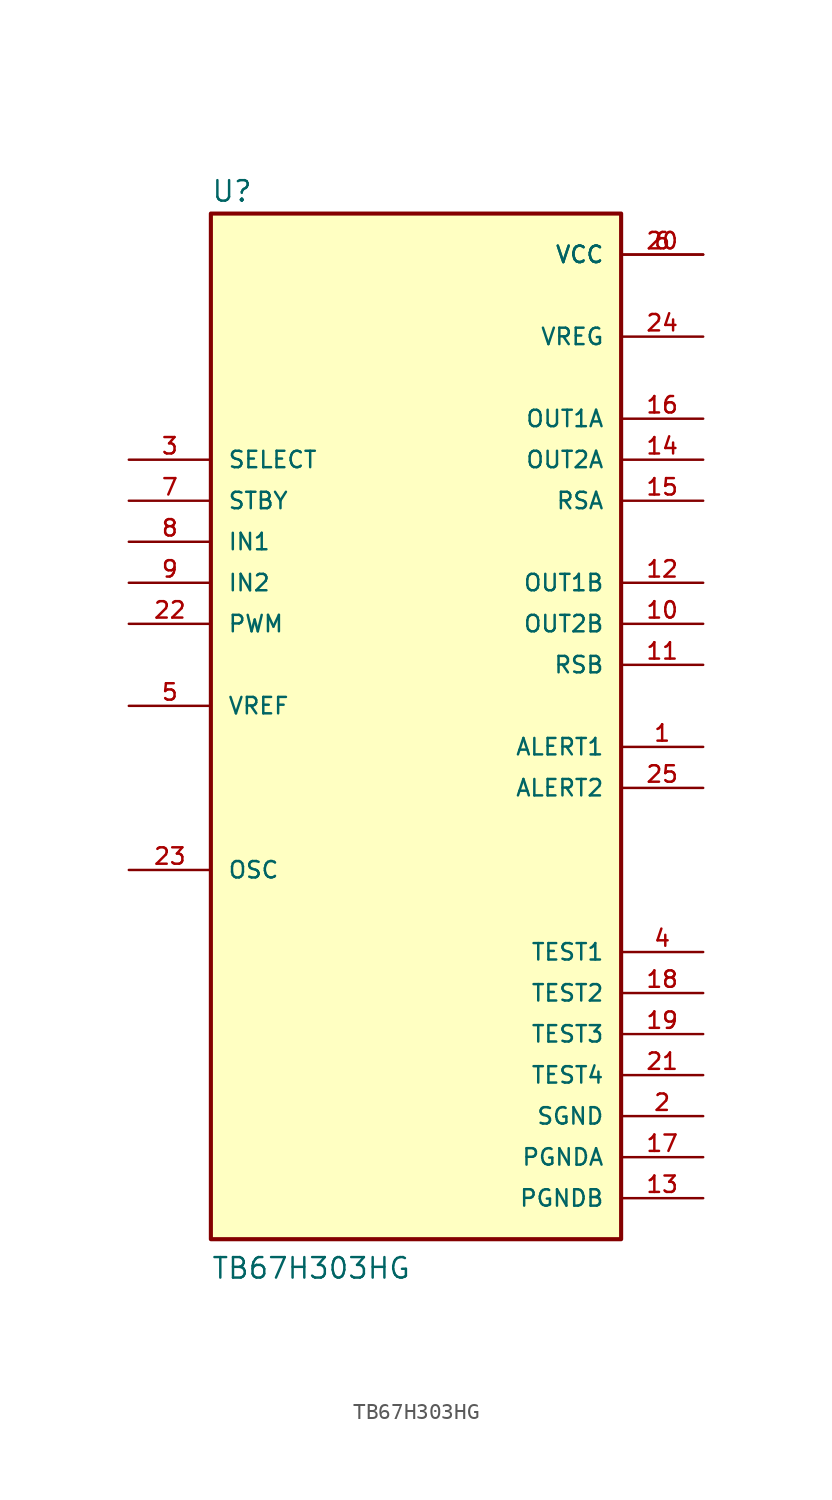
<source format=kicad_sym>
(kicad_symbol_lib
  (version 20220914)
  (generator kicad_symbol_editor)
  (symbol "TB67H303HG"
    (pin_names
      (offset 1.016))
    (property "Reference" "U"
      (at -12.7 33.655 0)
      (effects (font (size 1.27 1.27)) (justify left bottom)))
    (property "Value" "TB67H303HG"
      (at -12.7 -33.02 0)
      (effects (font (size 1.27 1.27)) (justify left bottom)))
    (symbol "TB67H303HG_0_0"
      (rectangle (start -12.7 -30.48) (end 12.7 33.02) (stroke (width 0.254) (type default)) (fill (type background)))
      (pin output line (at 17.78 0 180) (length 5.08) (name "ALERT1" (effects (font (size 1.016 1.016)))) (number "1" (effects (font (size 1.016 1.016)))))
      (pin output line (at 17.78 7.62 180) (length 5.08) (name "OUT2B" (effects (font (size 1.016 1.016)))) (number "10" (effects (font (size 1.016 1.016)))))
      (pin output line (at 17.78 5.08 180) (length 5.08) (name "RSB" (effects (font (size 1.016 1.016)))) (number "11" (effects (font (size 1.016 1.016)))))
      (pin output line (at 17.78 10.16 180) (length 5.08) (name "OUT1B" (effects (font (size 1.016 1.016)))) (number "12" (effects (font (size 1.016 1.016)))))
      (pin power_in line (at 17.78 -27.94 180) (length 5.08) (name "PGNDB" (effects (font (size 1.016 1.016)))) (number "13" (effects (font (size 1.016 1.016)))))
      (pin output line (at 17.78 17.78 180) (length 5.08) (name "OUT2A" (effects (font (size 1.016 1.016)))) (number "14" (effects (font (size 1.016 1.016)))))
      (pin output line (at 17.78 15.24 180) (length 5.08) (name "RSA" (effects (font (size 1.016 1.016)))) (number "15" (effects (font (size 1.016 1.016)))))
      (pin output line (at 17.78 20.32 180) (length 5.08) (name "OUT1A" (effects (font (size 1.016 1.016)))) (number "16" (effects (font (size 1.016 1.016)))))
      (pin power_in line (at 17.78 -25.4 180) (length 5.08) (name "PGNDA" (effects (font (size 1.016 1.016)))) (number "17" (effects (font (size 1.016 1.016)))))
      (pin power_in line (at 17.78 -15.24 180) (length 5.08) (name "TEST2" (effects (font (size 1.016 1.016)))) (number "18" (effects (font (size 1.016 1.016)))))
      (pin power_in line (at 17.78 -17.78 180) (length 5.08) (name "TEST3" (effects (font (size 1.016 1.016)))) (number "19" (effects (font (size 1.016 1.016)))))
      (pin power_in line (at 17.78 -22.86 180) (length 5.08) (name "SGND" (effects (font (size 1.016 1.016)))) (number "2" (effects (font (size 1.016 1.016)))))
      (pin power_in line (at 17.78 30.48 180) (length 5.08) (name "VCC" (effects (font (size 1.016 1.016)))) (number "20" (effects (font (size 1.016 1.016)))))
      (pin power_in line (at 17.78 -20.32 180) (length 5.08) (name "TEST4" (effects (font (size 1.016 1.016)))) (number "21" (effects (font (size 1.016 1.016)))))
      (pin input line (at -17.78 7.62 0) (length 5.08) (name "PWM" (effects (font (size 1.016 1.016)))) (number "22" (effects (font (size 1.016 1.016)))))
      (pin passive line (at -17.78 -7.62 0) (length 5.08) (name "OSC" (effects (font (size 1.016 1.016)))) (number "23" (effects (font (size 1.016 1.016)))))
      (pin output line (at 17.78 25.4 180) (length 5.08) (name "VREG" (effects (font (size 1.016 1.016)))) (number "24" (effects (font (size 1.016 1.016)))))
      (pin output line (at 17.78 -2.54 180) (length 5.08) (name "ALERT2" (effects (font (size 1.016 1.016)))) (number "25" (effects (font (size 1.016 1.016)))))
      (pin input line (at -17.78 17.78 0) (length 5.08) (name "SELECT" (effects (font (size 1.016 1.016)))) (number "3" (effects (font (size 1.016 1.016)))))
      (pin power_in line (at 17.78 -12.7 180) (length 5.08) (name "TEST1" (effects (font (size 1.016 1.016)))) (number "4" (effects (font (size 1.016 1.016)))))
      (pin input line (at -17.78 2.54 0) (length 5.08) (name "VREF" (effects (font (size 1.016 1.016)))) (number "5" (effects (font (size 1.016 1.016)))))
      (pin power_in line (at 17.78 30.48 180) (length 5.08) (name "VCC" (effects (font (size 1.016 1.016)))) (number "6" (effects (font (size 1.016 1.016)))))
      (pin input line (at -17.78 15.24 0) (length 5.08) (name "STBY" (effects (font (size 1.016 1.016)))) (number "7" (effects (font (size 1.016 1.016)))))
      (pin input line (at -17.78 12.7 0) (length 5.08) (name "IN1" (effects (font (size 1.016 1.016)))) (number "8" (effects (font (size 1.016 1.016)))))
      (pin input line (at -17.78 10.16 0) (length 5.08) (name "IN2" (effects (font (size 1.016 1.016)))) (number "9" (effects (font (size 1.016 1.016))))))))
</source>
